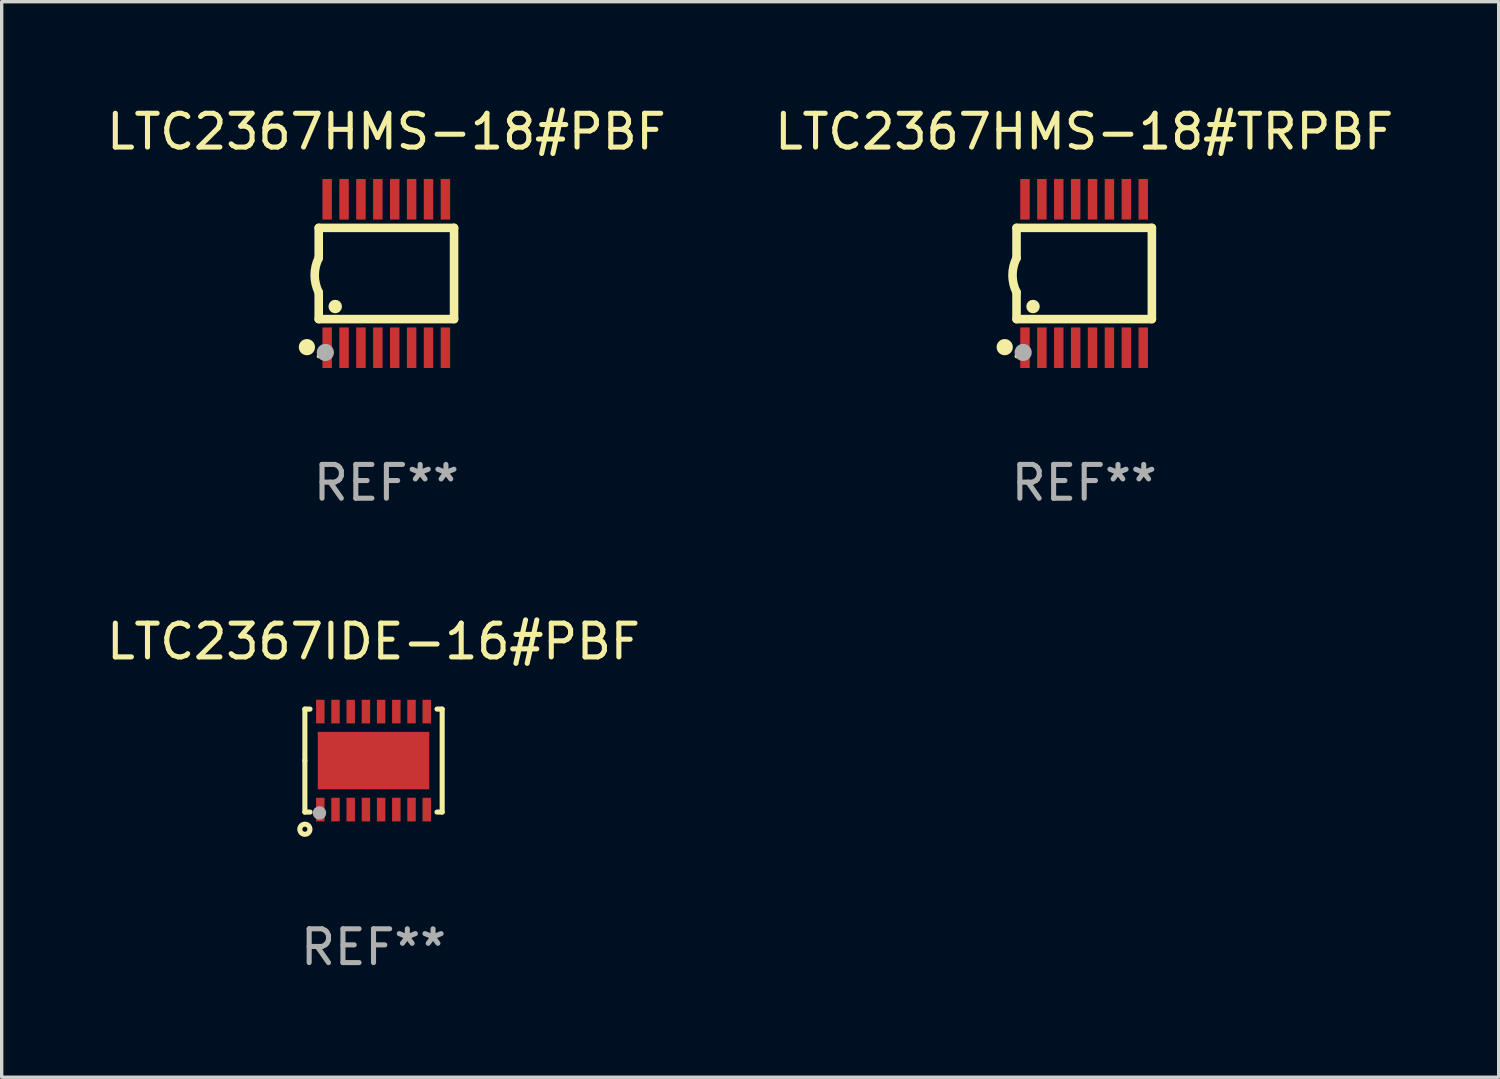
<source format=kicad_pcb>
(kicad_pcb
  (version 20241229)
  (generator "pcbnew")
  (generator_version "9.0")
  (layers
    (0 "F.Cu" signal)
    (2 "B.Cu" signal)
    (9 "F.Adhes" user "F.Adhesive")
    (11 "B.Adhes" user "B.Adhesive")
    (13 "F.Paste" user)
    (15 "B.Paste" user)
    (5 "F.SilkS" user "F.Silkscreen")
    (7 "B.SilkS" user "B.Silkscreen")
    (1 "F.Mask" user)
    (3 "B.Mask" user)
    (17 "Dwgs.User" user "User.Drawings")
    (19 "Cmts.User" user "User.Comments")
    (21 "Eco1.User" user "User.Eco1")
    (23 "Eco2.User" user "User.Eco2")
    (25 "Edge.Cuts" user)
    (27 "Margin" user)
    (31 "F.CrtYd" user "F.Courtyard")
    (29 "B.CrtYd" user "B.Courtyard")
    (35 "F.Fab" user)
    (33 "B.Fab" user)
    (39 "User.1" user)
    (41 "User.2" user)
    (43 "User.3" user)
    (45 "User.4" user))
  (footprint "LTC2367IDE-16#PBF"
    (layer "F.Cu")
    (at 8.006 19.463)
    (property "Reference" "LTC2367IDE-16#PBF" (at 0 -3.524 0) (layer "F.SilkS") (effects (font (size 1 1) (thickness 0.15))))
    (attr through_hole)
    (fp_line (start -2.032 -1.524) (end -1.879 -1.524) (stroke (width 0.15) (type solid)) (layer "F.SilkS"))
    (fp_line (start -2.032 0) (end -2.032 -1.524) (stroke (width 0.15) (type solid)) (layer "F.SilkS"))
    (fp_line (start -2.032 1.524) (end -2.032 0) (stroke (width 0.15) (type solid)) (layer "F.SilkS"))
    (fp_line (start -1.879 1.524) (end -2.032 1.524) (stroke (width 0.15) (type solid)) (layer "F.SilkS"))
    (fp_line (start 1.879 -1.524) (end 2.032 -1.524) (stroke (width 0.15) (type solid)) (layer "F.SilkS"))
    (fp_line (start 2.032 -1.524) (end 2.032 1.524) (stroke (width 0.15) (type solid)) (layer "F.SilkS"))
    (fp_line (start 2.032 1.524) (end 1.879 1.524) (stroke (width 0.15) (type solid)) (layer "F.SilkS"))
    (fp_circle (center -2.032 2.032) (end -1.882 2.032) (stroke (width 0.15) (type solid)) (fill no) (layer "F.SilkS"))
    (fp_circle (center -2 1.5) (end -1.97 1.5) (stroke (width 0.06) (type solid)) (fill no) (layer "F.SilkS"))
    (fp_circle (center -1.6 1.55) (end -1.5 1.55) (stroke (width 0.2) (type solid)) (fill no) (layer "F.Fab"))
    (fp_text user "REF**" (at 0 5.524 0) (layer "F.Fab") (effects (font (size 1 1) (thickness 0.15))))
    (pad "1" smd rect (at -1.575 1.45 90) (size 0.7 0.25) (layers "F.Cu" "F.Mask" "F.Paste"))
    (pad "2" smd rect (at -1.125 1.45 90) (size 0.7 0.25) (layers "F.Cu" "F.Mask" "F.Paste"))
    (pad "3" smd rect (at -0.675 1.45 90) (size 0.7 0.25) (layers "F.Cu" "F.Mask" "F.Paste"))
    (pad "4" smd rect (at -0.225 1.45 90) (size 0.7 0.25) (layers "F.Cu" "F.Mask" "F.Paste"))
    (pad "5" smd rect (at 0.225 1.45 90) (size 0.7 0.25) (layers "F.Cu" "F.Mask" "F.Paste"))
    (pad "6" smd rect (at 0.675 1.45 90) (size 0.7 0.25) (layers "F.Cu" "F.Mask" "F.Paste"))
    (pad "7" smd rect (at 1.125 1.45 90) (size 0.7 0.25) (layers "F.Cu" "F.Mask" "F.Paste"))
    (pad "8" smd rect (at 1.575 1.45 90) (size 0.7 0.25) (layers "F.Cu" "F.Mask" "F.Paste"))
    (pad "9" smd rect (at 1.575 -1.45 90) (size 0.7 0.25) (layers "F.Cu" "F.Mask" "F.Paste"))
    (pad "10" smd rect (at 1.125 -1.45 90) (size 0.7 0.25) (layers "F.Cu" "F.Mask" "F.Paste"))
    (pad "11" smd rect (at 0.675 -1.45 90) (size 0.7 0.25) (layers "F.Cu" "F.Mask" "F.Paste"))
    (pad "12" smd rect (at 0.225 -1.45 90) (size 0.7 0.25) (layers "F.Cu" "F.Mask" "F.Paste"))
    (pad "13" smd rect (at -0.225 -1.45 90) (size 0.7 0.25) (layers "F.Cu" "F.Mask" "F.Paste"))
    (pad "14" smd rect (at -0.675 -1.45 90) (size 0.7 0.25) (layers "F.Cu" "F.Mask" "F.Paste"))
    (pad "15" smd rect (at -1.125 -1.45 90) (size 0.7 0.25) (layers "F.Cu" "F.Mask" "F.Paste"))
    (pad "16" smd rect (at -1.575 -1.45 90) (size 0.7 0.25) (layers "F.Cu" "F.Mask" "F.Paste"))
    (pad "17" smd rect (at 0.000127 0 90) (size 1.7 3.3) (layers "F.Cu" "F.Mask" "F.Paste")))
  (footprint "LTC2367HMS-18#PBF"
    (layer "F.Cu")
    (at 8.387 5.045)
    (property "Reference" "LTC2367HMS-18#PBF" (at 0 -4.197 0) (layer "F.SilkS") (effects (font (size 1 1) (thickness 0.15))))
    (attr through_hole)
    (fp_line (start -2.003 -1.35) (end -2.003 -0.457) (stroke (width 0.254) (type solid)) (layer "F.SilkS"))
    (fp_line (start -2.003 -1.35) (end 2.003 -1.35) (stroke (width 0.254) (type solid)) (layer "F.SilkS"))
    (fp_line (start -2.003 1.35) (end -2.003 0.559) (stroke (width 0.254) (type solid)) (layer "F.SilkS"))
    (fp_line (start -2.003 1.35) (end 2.003 1.35) (stroke (width 0.254) (type solid)) (layer "F.SilkS"))
    (fp_line (start 2.003 -1.35) (end 2.003 1.35) (stroke (width 0.254) (type solid)) (layer "F.SilkS"))
    (fp_arc (start -2.002286 0.558802) (mid -2.122556 0.05092) (end -2.003302 -0.457201) (stroke (width 0.254001) (type solid)) (layer "F.SilkS"))
    (fp_circle (center -2.353 2.18) (end -2.233 2.18) (stroke (width 0.24) (type solid)) (fill no) (layer "F.SilkS"))
    (fp_circle (center -2.003 2.45) (end -1.973 2.45) (stroke (width 0.06) (type solid)) (fill no) (layer "F.SilkS"))
    (fp_circle (center -1.515 0.978) (end -1.415 0.978) (stroke (width 0.2) (type solid)) (fill no) (layer "F.SilkS"))
    (fp_circle (center -1.807 2.337) (end -1.68 2.337) (stroke (width 0.254) (type solid)) (fill no) (layer "F.Fab"))
    (fp_text user "REF**" (at 0 6.197 0) (layer "F.Fab") (effects (font (size 1 1) (thickness 0.15))))
    (pad "1" smd rect (at -1.753 2.197 90) (size 1.2 0.28) (layers "F.Cu" "F.Mask" "F.Paste"))
    (pad "2" smd rect (at -1.253 2.197 90) (size 1.2 0.28) (layers "F.Cu" "F.Mask" "F.Paste"))
    (pad "3" smd rect (at -0.753 2.197 90) (size 1.2 0.28) (layers "F.Cu" "F.Mask" "F.Paste"))
    (pad "4" smd rect (at -0.253 2.197 90) (size 1.2 0.28) (layers "F.Cu" "F.Mask" "F.Paste"))
    (pad "5" smd rect (at 0.247 2.197 90) (size 1.2 0.28) (layers "F.Cu" "F.Mask" "F.Paste"))
    (pad "6" smd rect (at 0.747 2.197 90) (size 1.2 0.28) (layers "F.Cu" "F.Mask" "F.Paste"))
    (pad "7" smd rect (at 1.247 2.197 90) (size 1.2 0.28) (layers "F.Cu" "F.Mask" "F.Paste"))
    (pad "8" smd rect (at 1.747 2.197 90) (size 1.2 0.28) (layers "F.Cu" "F.Mask" "F.Paste"))
    (pad "9" smd rect (at 1.747 -2.197 90) (size 1.2 0.28) (layers "F.Cu" "F.Mask" "F.Paste"))
    (pad "10" smd rect (at 1.247 -2.197 90) (size 1.2 0.28) (layers "F.Cu" "F.Mask" "F.Paste"))
    (pad "11" smd rect (at 0.747 -2.197 90) (size 1.2 0.28) (layers "F.Cu" "F.Mask" "F.Paste"))
    (pad "12" smd rect (at 0.247 -2.197 90) (size 1.2 0.28) (layers "F.Cu" "F.Mask" "F.Paste"))
    (pad "13" smd rect (at -0.253 -2.197 90) (size 1.2 0.28) (layers "F.Cu" "F.Mask" "F.Paste"))
    (pad "14" smd rect (at -0.753 -2.197 90) (size 1.2 0.28) (layers "F.Cu" "F.Mask" "F.Paste"))
    (pad "15" smd rect (at -1.253 -2.197 90) (size 1.2 0.28) (layers "F.Cu" "F.Mask" "F.Paste"))
    (pad "16" smd rect (at -1.753 -2.197 90) (size 1.2 0.28) (layers "F.Cu" "F.Mask" "F.Paste")))
  (footprint "LTC2367HMS-18#TRPBF"
    (layer "F.Cu")
    (at 29.042 5.045)
    (property "Reference" "LTC2367HMS-18#TRPBF" (at 0 -4.197 0) (layer "F.SilkS") (effects (font (size 1 1) (thickness 0.15))))
    (attr through_hole)
    (fp_line (start -2.003 -1.35) (end -2.003 -0.457) (stroke (width 0.254) (type solid)) (layer "F.SilkS"))
    (fp_line (start -2.003 -1.35) (end 2.003 -1.35) (stroke (width 0.254) (type solid)) (layer "F.SilkS"))
    (fp_line (start -2.003 1.35) (end -2.003 0.559) (stroke (width 0.254) (type solid)) (layer "F.SilkS"))
    (fp_line (start -2.003 1.35) (end 2.003 1.35) (stroke (width 0.254) (type solid)) (layer "F.SilkS"))
    (fp_line (start 2.003 -1.35) (end 2.003 1.35) (stroke (width 0.254) (type solid)) (layer "F.SilkS"))
    (fp_arc (start -2.002286 0.558802) (mid -2.122556 0.05092) (end -2.003302 -0.457201) (stroke (width 0.254001) (type solid)) (layer "F.SilkS"))
    (fp_circle (center -2.353 2.18) (end -2.233 2.18) (stroke (width 0.24) (type solid)) (fill no) (layer "F.SilkS"))
    (fp_circle (center -2.003 2.45) (end -1.973 2.45) (stroke (width 0.06) (type solid)) (fill no) (layer "F.SilkS"))
    (fp_circle (center -1.515 0.978) (end -1.415 0.978) (stroke (width 0.2) (type solid)) (fill no) (layer "F.SilkS"))
    (fp_circle (center -1.807 2.337) (end -1.68 2.337) (stroke (width 0.254) (type solid)) (fill no) (layer "F.Fab"))
    (fp_text user "REF**" (at 0 6.197 0) (layer "F.Fab") (effects (font (size 1 1) (thickness 0.15))))
    (pad "1" smd rect (at -1.753 2.197 90) (size 1.2 0.28) (layers "F.Cu" "F.Mask" "F.Paste"))
    (pad "2" smd rect (at -1.253 2.197 90) (size 1.2 0.28) (layers "F.Cu" "F.Mask" "F.Paste"))
    (pad "3" smd rect (at -0.753 2.197 90) (size 1.2 0.28) (layers "F.Cu" "F.Mask" "F.Paste"))
    (pad "4" smd rect (at -0.253 2.197 90) (size 1.2 0.28) (layers "F.Cu" "F.Mask" "F.Paste"))
    (pad "5" smd rect (at 0.247 2.197 90) (size 1.2 0.28) (layers "F.Cu" "F.Mask" "F.Paste"))
    (pad "6" smd rect (at 0.747 2.197 90) (size 1.2 0.28) (layers "F.Cu" "F.Mask" "F.Paste"))
    (pad "7" smd rect (at 1.247 2.197 90) (size 1.2 0.28) (layers "F.Cu" "F.Mask" "F.Paste"))
    (pad "8" smd rect (at 1.747 2.197 90) (size 1.2 0.28) (layers "F.Cu" "F.Mask" "F.Paste"))
    (pad "9" smd rect (at 1.747 -2.197 90) (size 1.2 0.28) (layers "F.Cu" "F.Mask" "F.Paste"))
    (pad "10" smd rect (at 1.247 -2.197 90) (size 1.2 0.28) (layers "F.Cu" "F.Mask" "F.Paste"))
    (pad "11" smd rect (at 0.747 -2.197 90) (size 1.2 0.28) (layers "F.Cu" "F.Mask" "F.Paste"))
    (pad "12" smd rect (at 0.247 -2.197 90) (size 1.2 0.28) (layers "F.Cu" "F.Mask" "F.Paste"))
    (pad "13" smd rect (at -0.253 -2.197 90) (size 1.2 0.28) (layers "F.Cu" "F.Mask" "F.Paste"))
    (pad "14" smd rect (at -0.753 -2.197 90) (size 1.2 0.28) (layers "F.Cu" "F.Mask" "F.Paste"))
    (pad "15" smd rect (at -1.253 -2.197 90) (size 1.2 0.28) (layers "F.Cu" "F.Mask" "F.Paste"))
    (pad "16" smd rect (at -1.753 -2.197 90) (size 1.2 0.28) (layers "F.Cu" "F.Mask" "F.Paste")))
  (gr_rect
    (start -3 -3)
    (end 41.31 28.835)
    (stroke (width 0.1) (type default))
    (fill no)
    (layer "Edge.Cuts")))
</source>
